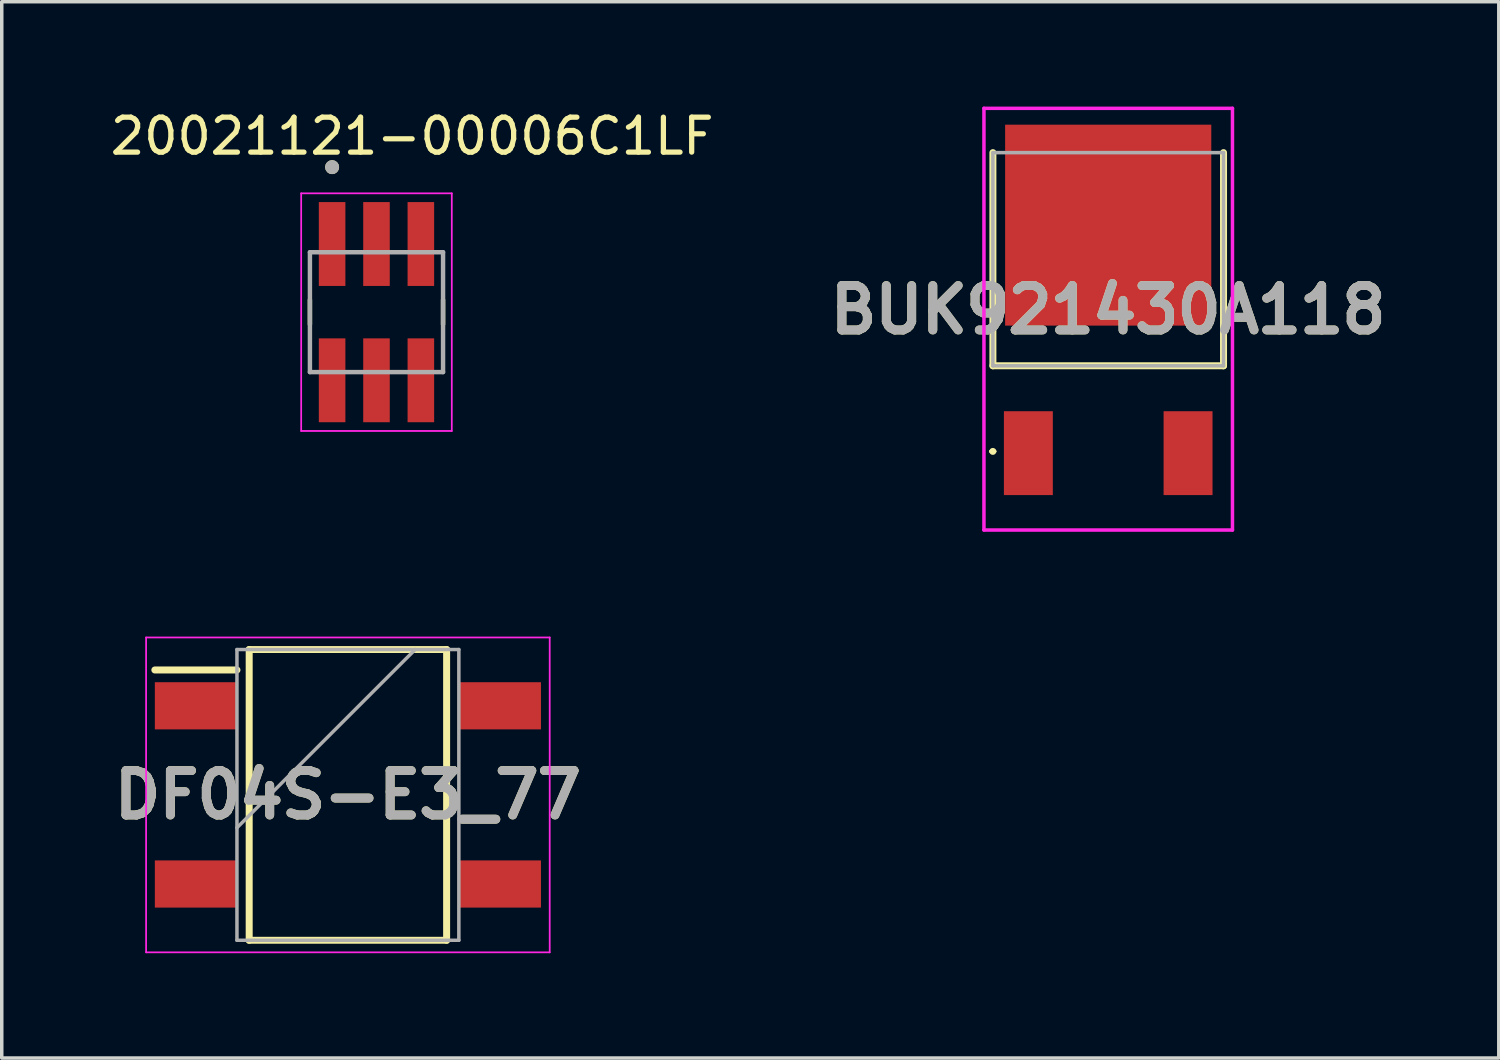
<source format=kicad_pcb>
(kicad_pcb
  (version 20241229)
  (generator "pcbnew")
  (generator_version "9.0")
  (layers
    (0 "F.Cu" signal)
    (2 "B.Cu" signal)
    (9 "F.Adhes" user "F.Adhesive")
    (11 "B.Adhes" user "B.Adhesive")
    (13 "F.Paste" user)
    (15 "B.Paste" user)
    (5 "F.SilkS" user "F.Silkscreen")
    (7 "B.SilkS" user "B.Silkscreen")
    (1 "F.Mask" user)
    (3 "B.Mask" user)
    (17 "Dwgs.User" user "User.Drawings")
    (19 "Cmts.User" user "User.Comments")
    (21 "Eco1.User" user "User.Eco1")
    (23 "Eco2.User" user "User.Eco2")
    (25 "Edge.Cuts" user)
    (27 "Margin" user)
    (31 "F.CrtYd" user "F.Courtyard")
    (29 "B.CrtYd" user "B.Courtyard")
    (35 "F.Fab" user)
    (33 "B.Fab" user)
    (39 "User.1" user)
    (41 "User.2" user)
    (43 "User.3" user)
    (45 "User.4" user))
  (footprint "20021121-00006C1LF"
    (layer "F.Cu")
    (at 7.724 5.883)
    (property "Reference" "20021121-00006C1LF" (at 1.02 -5.035 0) (layer "F.SilkS") (effects (font (size 1 1) (thickness 0.15))))
    (attr smd)
    (fp_line (start -1.905 -0.35) (end -1.905 0.35) (stroke (width 0.127) (type solid)) (layer "F.SilkS"))
    (fp_line (start 1.905 -0.35) (end 1.905 0.35) (stroke (width 0.127) (type solid)) (layer "F.SilkS"))
    (fp_circle (center -1.27 -4.15) (end -1.17 -4.15) (stroke (width 0.2) (type solid)) (fill no) (layer "F.SilkS"))
    (fp_line (start -2.155 -3.4) (end -2.155 3.4) (stroke (width 0.05) (type solid)) (layer "F.CrtYd"))
    (fp_line (start -2.155 3.4) (end 2.155 3.4) (stroke (width 0.05) (type solid)) (layer "F.CrtYd"))
    (fp_line (start 2.155 -3.4) (end -2.155 -3.4) (stroke (width 0.05) (type solid)) (layer "F.CrtYd"))
    (fp_line (start 2.155 3.4) (end 2.155 -3.4) (stroke (width 0.05) (type solid)) (layer "F.CrtYd"))
    (fp_line (start -1.905 -1.715) (end -1.905 1.715) (stroke (width 0.127) (type solid)) (layer "F.Fab"))
    (fp_line (start -1.905 1.715) (end 1.905 1.715) (stroke (width 0.127) (type solid)) (layer "F.Fab"))
    (fp_line (start 1.905 -1.715) (end -1.905 -1.715) (stroke (width 0.127) (type solid)) (layer "F.Fab"))
    (fp_line (start 1.905 1.715) (end 1.905 -1.715) (stroke (width 0.127) (type solid)) (layer "F.Fab"))
    (fp_circle (center -1.27 -4.15) (end -1.17 -4.15) (stroke (width 0.2) (type solid)) (fill no) (layer "F.Fab"))
    (pad "1" smd rect (at -1.27 -1.95) (size 0.76 2.4) (layers "F.Cu" "F.Mask" "F.Paste"))
    (pad "2" smd rect (at -1.27 1.95) (size 0.76 2.4) (layers "F.Cu" "F.Mask" "F.Paste"))
    (pad "3" smd rect (at 0 -1.95) (size 0.76 2.4) (layers "F.Cu" "F.Mask" "F.Paste"))
    (pad "4" smd rect (at 0 1.95) (size 0.76 2.4) (layers "F.Cu" "F.Mask" "F.Paste"))
    (pad "5" smd rect (at 1.27 -1.95) (size 0.76 2.4) (layers "F.Cu" "F.Mask" "F.Paste"))
    (pad "6" smd rect (at 1.27 1.95) (size 0.76 2.4) (layers "F.Cu" "F.Mask" "F.Paste")))
  (footprint "DF04S-E3_77"
    (layer "F.Cu")
    (at 6.906 19.698)
    (property "Reference" "DF04S-E3_77" (at 0 0 0) (layer "F.SilkS") (effects (font (size 1.27 1.27) (thickness 0.254))))
    (attr smd)
    (fp_line (start -5.525 -3.575) (end -3.175 -3.575) (stroke (width 0.2) (type solid)) (layer "F.SilkS"))
    (fp_line (start -2.825 -4.16) (end 2.825 -4.16) (stroke (width 0.2) (type solid)) (layer "F.SilkS"))
    (fp_line (start -2.825 4.16) (end -2.825 -4.16) (stroke (width 0.2) (type solid)) (layer "F.SilkS"))
    (fp_line (start 2.825 -4.16) (end 2.825 4.16) (stroke (width 0.2) (type solid)) (layer "F.SilkS"))
    (fp_line (start 2.825 4.16) (end -2.825 4.16) (stroke (width 0.2) (type solid)) (layer "F.SilkS"))
    (fp_line (start -5.775 -4.505) (end 5.775 -4.505) (stroke (width 0.05) (type solid)) (layer "F.CrtYd"))
    (fp_line (start -5.775 4.505) (end -5.775 -4.505) (stroke (width 0.05) (type solid)) (layer "F.CrtYd"))
    (fp_line (start 5.775 -4.505) (end 5.775 4.505) (stroke (width 0.05) (type solid)) (layer "F.CrtYd"))
    (fp_line (start 5.775 4.505) (end -5.775 4.505) (stroke (width 0.05) (type solid)) (layer "F.CrtYd"))
    (fp_line (start -3.175 -4.16) (end 3.175 -4.16) (stroke (width 0.1) (type solid)) (layer "F.Fab"))
    (fp_line (start -3.175 0.94) (end 1.925 -4.16) (stroke (width 0.1) (type solid)) (layer "F.Fab"))
    (fp_line (start -3.175 4.16) (end -3.175 -4.16) (stroke (width 0.1) (type solid)) (layer "F.Fab"))
    (fp_line (start 3.175 -4.16) (end 3.175 4.16) (stroke (width 0.1) (type solid)) (layer "F.Fab"))
    (fp_line (start 3.175 4.16) (end -3.175 4.16) (stroke (width 0.1) (type solid)) (layer "F.Fab"))
    (fp_text user "${REFERENCE}" (at 0 0 0) (layer "F.Fab") (effects (font (size 1.27 1.27) (thickness 0.254))))
    (pad "1" smd rect (at -4.35 -2.55 90) (size 1.35 2.35) (layers "F.Cu" "F.Mask" "F.Paste"))
    (pad "2" smd rect (at -4.35 2.55 90) (size 1.35 2.35) (layers "F.Cu" "F.Mask" "F.Paste"))
    (pad "3" smd rect (at 4.35 2.55 90) (size 1.35 2.35) (layers "F.Cu" "F.Mask" "F.Paste"))
    (pad "4" smd rect (at 4.35 -2.55 90) (size 1.35 2.35) (layers "F.Cu" "F.Mask" "F.Paste")))
  (footprint "BUK921430A118"
    (layer "F.Cu")
    (at 28.664 4.368)
    (property "Reference" "BUK921430A118" (at 0 1.45 0) (layer "F.SilkS") (effects (font (size 1.27 1.27) (thickness 0.254))))
    (attr smd)
    (fp_line (start -3.352 5.5) (end -3.352 5.5) (stroke (width 0.1) (type solid)) (layer "F.SilkS"))
    (fp_line (start -3.352 5.5) (end -3.252 5.5) (stroke (width 0.1) (type solid)) (layer "F.SilkS"))
    (fp_line (start -3.3 -3.05) (end -3.3 3.05) (stroke (width 0.2) (type solid)) (layer "F.SilkS"))
    (fp_line (start -3.3 3.05) (end 3.3 3.05) (stroke (width 0.2) (type solid)) (layer "F.SilkS"))
    (fp_line (start -3.252 5.5) (end -3.252 5.5) (stroke (width 0.1) (type solid)) (layer "F.SilkS"))
    (fp_line (start 3.3 3.05) (end 3.3 -3.05) (stroke (width 0.2) (type solid)) (layer "F.SilkS"))
    (fp_arc (start -3.352 5.5) (mid -3.302 5.45) (end -3.252 5.5) (stroke (width 0.1) (type solid)) (layer "F.SilkS"))
    (fp_arc (start -3.252 5.5) (mid -3.302 5.55) (end -3.352 5.5) (stroke (width 0.1) (type solid)) (layer "F.SilkS"))
    (fp_line (start -3.556 -4.318) (end 3.556 -4.318) (stroke (width 0.1) (type solid)) (layer "F.CrtYd"))
    (fp_line (start -3.556 7.75) (end -3.556 -4.318) (stroke (width 0.1) (type solid)) (layer "F.CrtYd"))
    (fp_line (start 3.556 -4.318) (end 3.556 7.75) (stroke (width 0.1) (type solid)) (layer "F.CrtYd"))
    (fp_line (start 3.556 7.75) (end -3.556 7.75) (stroke (width 0.1) (type solid)) (layer "F.CrtYd"))
    (fp_line (start -3.3 -3.05) (end 3.3 -3.05) (stroke (width 0.1) (type solid)) (layer "F.Fab"))
    (fp_line (start -3.3 3.05) (end -3.3 -3.05) (stroke (width 0.1) (type solid)) (layer "F.Fab"))
    (fp_line (start 3.3 -3.05) (end 3.3 3.05) (stroke (width 0.1) (type solid)) (layer "F.Fab"))
    (fp_line (start 3.3 3.05) (end -3.3 3.05) (stroke (width 0.1) (type solid)) (layer "F.Fab"))
    (fp_text user "${REFERENCE}" (at 0 1.45 0) (layer "F.Fab") (effects (font (size 1.27 1.27) (thickness 0.254))))
    (pad "1" smd rect (at -2.285 5.55) (size 1.4 2.4) (layers "F.Cu" "F.Mask" "F.Paste"))
    (pad "2" smd rect (at 0 -0.975 90) (size 5.75 5.9) (layers "F.Cu" "F.Mask" "F.Paste"))
    (pad "3" smd rect (at 2.285 5.55) (size 1.4 2.4) (layers "F.Cu" "F.Mask" "F.Paste")))
  (gr_rect
    (start -3 -3)
    (end 39.841 27.228)
    (stroke (width 0.1) (type default))
    (fill no)
    (layer "Edge.Cuts")))
</source>
